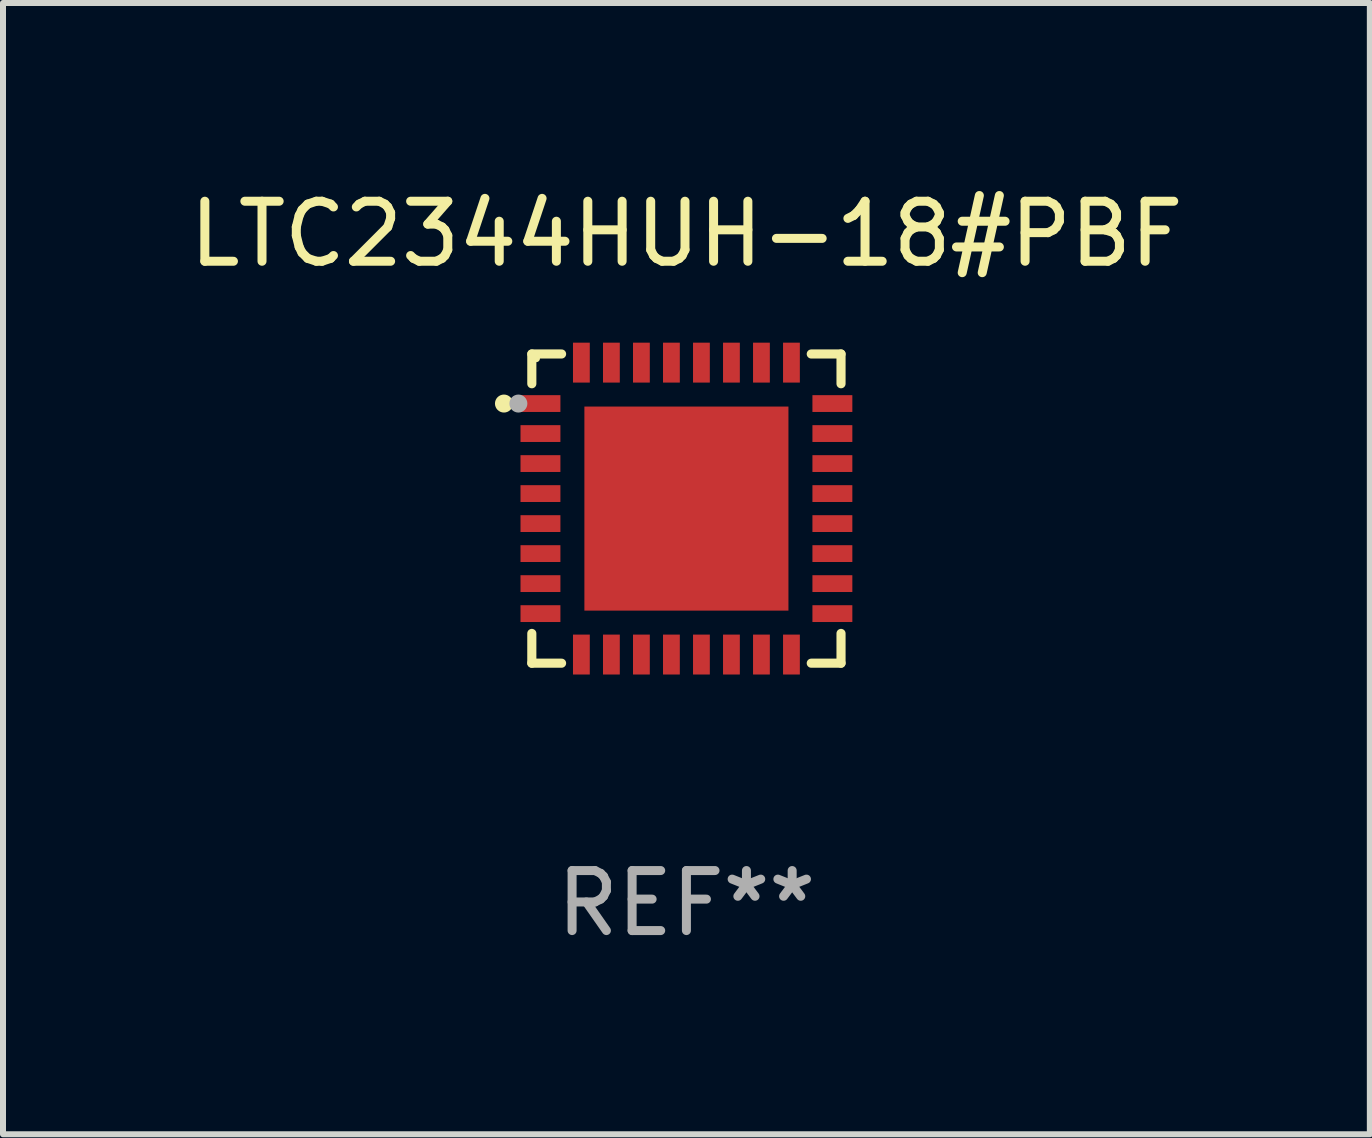
<source format=kicad_pcb>
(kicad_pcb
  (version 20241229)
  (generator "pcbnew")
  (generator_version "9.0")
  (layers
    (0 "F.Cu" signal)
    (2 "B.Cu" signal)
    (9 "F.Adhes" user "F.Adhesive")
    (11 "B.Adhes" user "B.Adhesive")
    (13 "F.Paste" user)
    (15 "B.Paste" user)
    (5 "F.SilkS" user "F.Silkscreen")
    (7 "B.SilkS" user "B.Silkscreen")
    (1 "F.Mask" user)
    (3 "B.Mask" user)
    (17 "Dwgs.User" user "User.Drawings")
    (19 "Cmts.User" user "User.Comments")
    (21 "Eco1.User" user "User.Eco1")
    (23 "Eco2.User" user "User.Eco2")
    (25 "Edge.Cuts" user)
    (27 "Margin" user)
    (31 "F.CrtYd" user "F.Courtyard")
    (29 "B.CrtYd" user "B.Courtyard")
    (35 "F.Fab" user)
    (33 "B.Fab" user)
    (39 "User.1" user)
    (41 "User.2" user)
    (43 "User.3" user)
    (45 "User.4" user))
  (footprint "LTC2344HUH-18#PBF"
    (layer "F.Cu")
    (at 8.387 5.424)
    (property "Reference" "LTC2344HUH-18#PBF" (at 0 -4.576 0) (layer "F.SilkS") (effects (font (size 1 1) (thickness 0.15))))
    (attr through_hole)
    (fp_line (start -2.576 -2.576) (end -2.576 -2.08) (stroke (width 0.152) (type solid)) (layer "F.SilkS"))
    (fp_line (start -2.576 2.576) (end -2.576 2.08) (stroke (width 0.152) (type solid)) (layer "F.SilkS"))
    (fp_line (start -2.08 -2.576) (end -2.576 -2.576) (stroke (width 0.152) (type solid)) (layer "F.SilkS"))
    (fp_line (start -2.08 2.576) (end -2.576 2.576) (stroke (width 0.152) (type solid)) (layer "F.SilkS"))
    (fp_line (start 2.08 -2.576) (end 2.576 -2.576) (stroke (width 0.152) (type solid)) (layer "F.SilkS"))
    (fp_line (start 2.08 2.576) (end 2.576 2.576) (stroke (width 0.152) (type solid)) (layer "F.SilkS"))
    (fp_line (start 2.576 -2.576) (end 2.576 -2.08) (stroke (width 0.152) (type solid)) (layer "F.SilkS"))
    (fp_line (start 2.576 2.576) (end 2.576 2.08) (stroke (width 0.152) (type solid)) (layer "F.SilkS"))
    (fp_circle (center -3.04 -1.75) (end -2.965 -1.75) (stroke (width 0.15) (type solid)) (fill no) (layer "F.SilkS"))
    (fp_circle (center -2.5 -2.5) (end -2.47 -2.5) (stroke (width 0.06) (type solid)) (fill no) (layer "F.SilkS"))
    (fp_circle (center -2.8 -1.75) (end -2.725 -1.75) (stroke (width 0.15) (type solid)) (fill no) (layer "F.Fab"))
    (fp_text user "REF**" (at 0 6.576 0) (layer "F.Fab") (effects (font (size 1 1) (thickness 0.15))))
    (pad "1" smd rect (at -2.432 -1.75) (size 0.665 0.28) (layers "F.Cu" "F.Mask" "F.Paste"))
    (pad "2" smd rect (at -2.432 -1.25) (size 0.665 0.28) (layers "F.Cu" "F.Mask" "F.Paste"))
    (pad "3" smd rect (at -2.432 -0.75) (size 0.665 0.28) (layers "F.Cu" "F.Mask" "F.Paste"))
    (pad "4" smd rect (at -2.432 -0.25) (size 0.665 0.28) (layers "F.Cu" "F.Mask" "F.Paste"))
    (pad "5" smd rect (at -2.432 0.25) (size 0.665 0.28) (layers "F.Cu" "F.Mask" "F.Paste"))
    (pad "6" smd rect (at -2.432 0.75) (size 0.665 0.28) (layers "F.Cu" "F.Mask" "F.Paste"))
    (pad "7" smd rect (at -2.432 1.25) (size 0.665 0.28) (layers "F.Cu" "F.Mask" "F.Paste"))
    (pad "8" smd rect (at -2.432 1.75) (size 0.665 0.28) (layers "F.Cu" "F.Mask" "F.Paste"))
    (pad "9" smd rect (at -1.75 2.432) (size 0.28 0.665) (layers "F.Cu" "F.Mask" "F.Paste"))
    (pad "10" smd rect (at -1.25 2.432) (size 0.28 0.665) (layers "F.Cu" "F.Mask" "F.Paste"))
    (pad "11" smd rect (at -0.75 2.432) (size 0.28 0.665) (layers "F.Cu" "F.Mask" "F.Paste"))
    (pad "12" smd rect (at -0.25 2.432) (size 0.28 0.665) (layers "F.Cu" "F.Mask" "F.Paste"))
    (pad "13" smd rect (at 0.25 2.432) (size 0.28 0.665) (layers "F.Cu" "F.Mask" "F.Paste"))
    (pad "14" smd rect (at 0.75 2.432) (size 0.28 0.665) (layers "F.Cu" "F.Mask" "F.Paste"))
    (pad "15" smd rect (at 1.25 2.432) (size 0.28 0.665) (layers "F.Cu" "F.Mask" "F.Paste"))
    (pad "16" smd rect (at 1.75 2.432) (size 0.28 0.665) (layers "F.Cu" "F.Mask" "F.Paste"))
    (pad "17" smd rect (at 2.432 1.75) (size 0.665 0.28) (layers "F.Cu" "F.Mask" "F.Paste"))
    (pad "18" smd rect (at 2.432 1.25) (size 0.665 0.28) (layers "F.Cu" "F.Mask" "F.Paste"))
    (pad "19" smd rect (at 2.432 0.75) (size 0.665 0.28) (layers "F.Cu" "F.Mask" "F.Paste"))
    (pad "20" smd rect (at 2.432 0.25) (size 0.665 0.28) (layers "F.Cu" "F.Mask" "F.Paste"))
    (pad "21" smd rect (at 2.432 -0.25) (size 0.665 0.28) (layers "F.Cu" "F.Mask" "F.Paste"))
    (pad "22" smd rect (at 2.432 -0.75) (size 0.665 0.28) (layers "F.Cu" "F.Mask" "F.Paste"))
    (pad "23" smd rect (at 2.432 -1.25) (size 0.665 0.28) (layers "F.Cu" "F.Mask" "F.Paste"))
    (pad "24" smd rect (at 2.432 -1.75) (size 0.665 0.28) (layers "F.Cu" "F.Mask" "F.Paste"))
    (pad "25" smd rect (at 1.75 -2.432) (size 0.28 0.665) (layers "F.Cu" "F.Mask" "F.Paste"))
    (pad "26" smd rect (at 1.25 -2.432) (size 0.28 0.665) (layers "F.Cu" "F.Mask" "F.Paste"))
    (pad "27" smd rect (at 0.75 -2.432) (size 0.28 0.665) (layers "F.Cu" "F.Mask" "F.Paste"))
    (pad "28" smd rect (at 0.25 -2.432) (size 0.28 0.665) (layers "F.Cu" "F.Mask" "F.Paste"))
    (pad "29" smd rect (at -0.25 -2.432) (size 0.28 0.665) (layers "F.Cu" "F.Mask" "F.Paste"))
    (pad "30" smd rect (at -0.75 -2.432) (size 0.28 0.665) (layers "F.Cu" "F.Mask" "F.Paste"))
    (pad "31" smd rect (at -1.25 -2.432) (size 0.28 0.665) (layers "F.Cu" "F.Mask" "F.Paste"))
    (pad "32" smd rect (at -1.75 -2.432) (size 0.28 0.665) (layers "F.Cu" "F.Mask" "F.Paste"))
    (pad "33" smd rect (at 0 0) (size 3.4 3.4) (layers "F.Cu" "F.Mask" "F.Paste")))
  (gr_rect
    (start -3 -3)
    (end 19.774 15.849)
    (stroke (width 0.1) (type default))
    (fill no)
    (layer "Edge.Cuts")))
</source>
